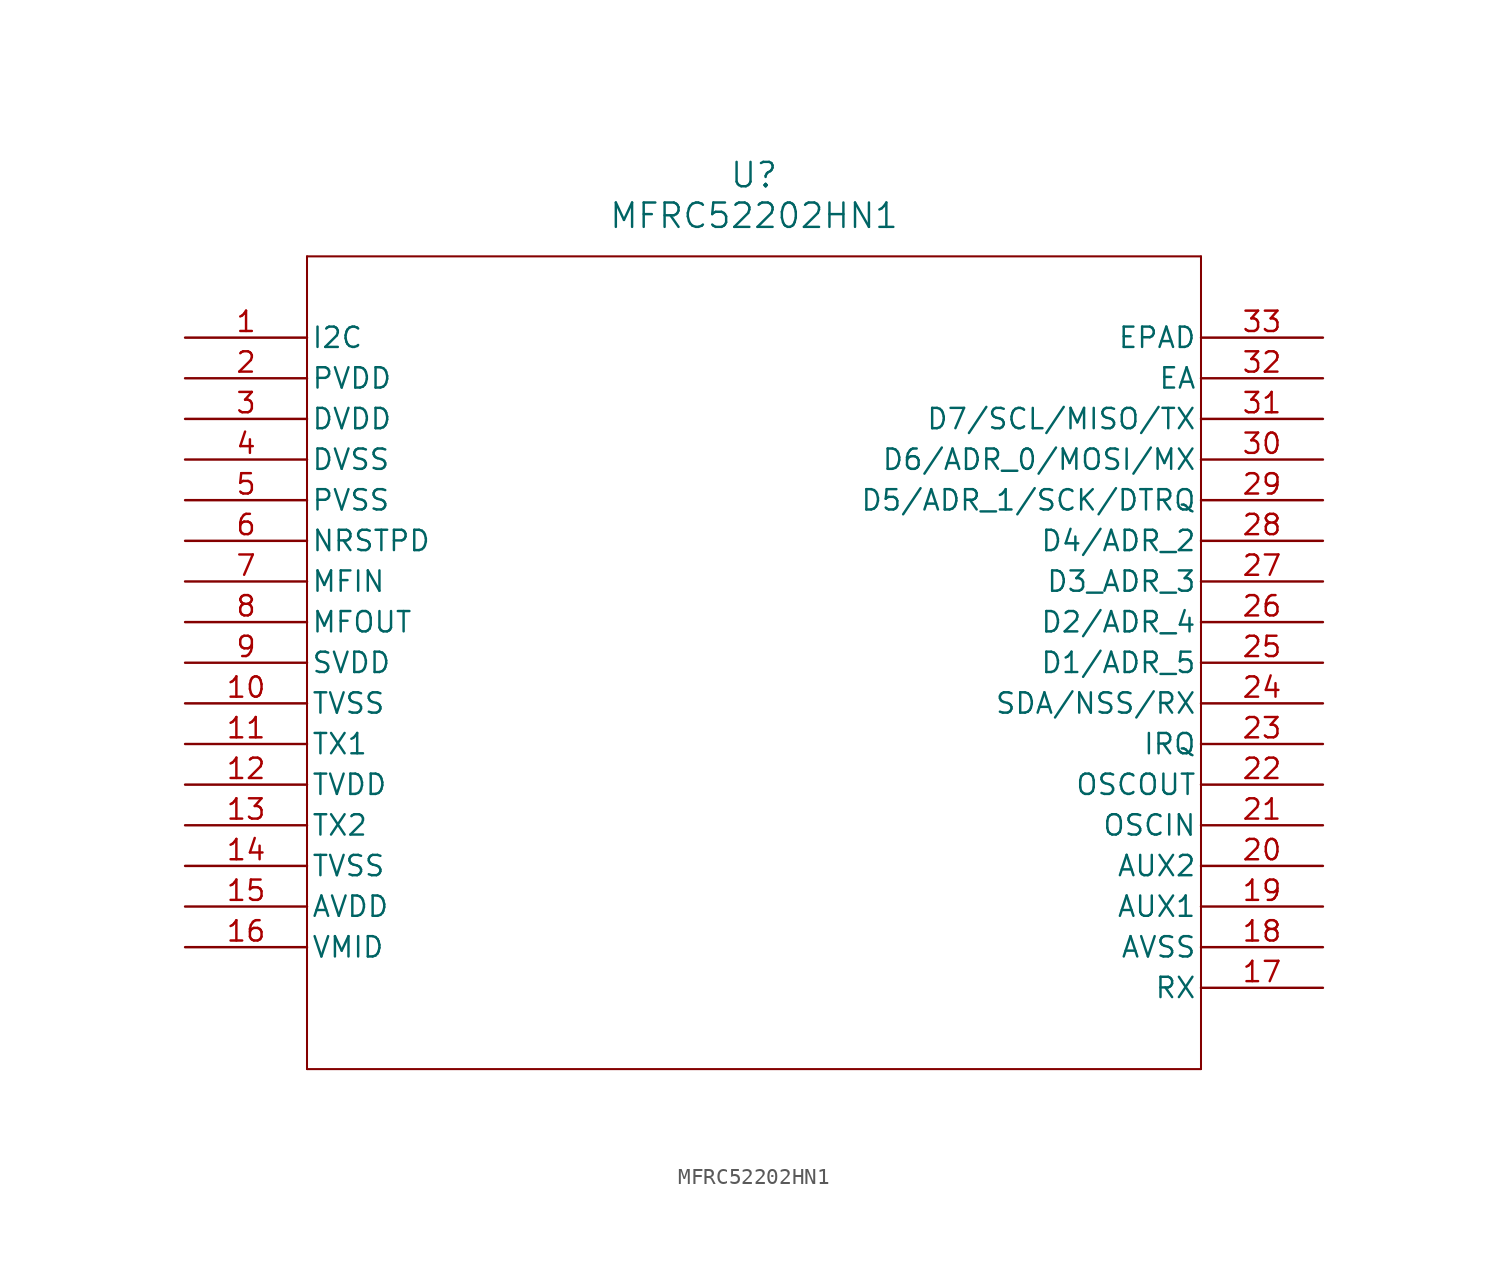
<source format=kicad_sym>
(kicad_symbol_lib
  (version 20220914)
  (generator kicad_symbol_editor)
  (symbol "MFRC52202HN1"
    (pin_names
      (offset 0.254))
    (property "Reference" "U"
      (at 35.56 10.16 0)
      (effects (font (size 1.524 1.524))))
    (property "Value" "MFRC52202HN1"
      (at 35.56 7.62 0)
      (effects (font (size 1.524 1.524))))
    (property "ki_locked" ""
      (at 0 0 0)
      (effects (font (size 1.27 1.27))))
    (symbol "MFRC52202HN1_0_1"
      (polyline (pts (xy 7.62 -45.72) (xy 63.5 -45.72)) (stroke (width 0.127) (type default)) (fill (type none)))
      (polyline (pts (xy 7.62 5.08) (xy 7.62 -45.72)) (stroke (width 0.127) (type default)) (fill (type none)))
      (polyline (pts (xy 63.5 -45.72) (xy 63.5 5.08)) (stroke (width 0.127) (type default)) (fill (type none)))
      (polyline (pts (xy 63.5 5.08) (xy 7.62 5.08)) (stroke (width 0.127) (type default)) (fill (type none)))
      (pin input line (at 0 0 0) (length 7.62) (name "I2C" (effects (font (size 1.27 1.27)))) (number "1" (effects (font (size 1.27 1.27)))))
      (pin power_in line (at 0 -22.86 0) (length 7.62) (name "TVSS" (effects (font (size 1.27 1.27)))) (number "10" (effects (font (size 1.27 1.27)))))
      (pin output line (at 0 -25.4 0) (length 7.62) (name "TX1" (effects (font (size 1.27 1.27)))) (number "11" (effects (font (size 1.27 1.27)))))
      (pin power_in line (at 0 -27.94 0) (length 7.62) (name "TVDD" (effects (font (size 1.27 1.27)))) (number "12" (effects (font (size 1.27 1.27)))))
      (pin output line (at 0 -30.48 0) (length 7.62) (name "TX2" (effects (font (size 1.27 1.27)))) (number "13" (effects (font (size 1.27 1.27)))))
      (pin power_in line (at 0 -33.02 0) (length 7.62) (name "TVSS" (effects (font (size 1.27 1.27)))) (number "14" (effects (font (size 1.27 1.27)))))
      (pin power_in line (at 0 -35.56 0) (length 7.62) (name "AVDD" (effects (font (size 1.27 1.27)))) (number "15" (effects (font (size 1.27 1.27)))))
      (pin power_in line (at 0 -38.1 0) (length 7.62) (name "VMID" (effects (font (size 1.27 1.27)))) (number "16" (effects (font (size 1.27 1.27)))))
      (pin input line (at 71.12 -40.64 180) (length 7.62) (name "RX" (effects (font (size 1.27 1.27)))) (number "17" (effects (font (size 1.27 1.27)))))
      (pin power_in line (at 71.12 -38.1 180) (length 7.62) (name "AVSS" (effects (font (size 1.27 1.27)))) (number "18" (effects (font (size 1.27 1.27)))))
      (pin output line (at 71.12 -35.56 180) (length 7.62) (name "AUX1" (effects (font (size 1.27 1.27)))) (number "19" (effects (font (size 1.27 1.27)))))
      (pin power_in line (at 0 -2.54 0) (length 7.62) (name "PVDD" (effects (font (size 1.27 1.27)))) (number "2" (effects (font (size 1.27 1.27)))))
      (pin output line (at 71.12 -33.02 180) (length 7.62) (name "AUX2" (effects (font (size 1.27 1.27)))) (number "20" (effects (font (size 1.27 1.27)))))
      (pin input line (at 71.12 -30.48 180) (length 7.62) (name "OSCIN" (effects (font (size 1.27 1.27)))) (number "21" (effects (font (size 1.27 1.27)))))
      (pin output line (at 71.12 -27.94 180) (length 7.62) (name "OSCOUT" (effects (font (size 1.27 1.27)))) (number "22" (effects (font (size 1.27 1.27)))))
      (pin output line (at 71.12 -25.4 180) (length 7.62) (name "IRQ" (effects (font (size 1.27 1.27)))) (number "23" (effects (font (size 1.27 1.27)))))
      (pin bidirectional line (at 71.12 -22.86 180) (length 7.62) (name "SDA/NSS/RX" (effects (font (size 1.27 1.27)))) (number "24" (effects (font (size 1.27 1.27)))))
      (pin bidirectional line (at 71.12 -20.32 180) (length 7.62) (name "D1/ADR_5" (effects (font (size 1.27 1.27)))) (number "25" (effects (font (size 1.27 1.27)))))
      (pin bidirectional line (at 71.12 -17.78 180) (length 7.62) (name "D2/ADR_4" (effects (font (size 1.27 1.27)))) (number "26" (effects (font (size 1.27 1.27)))))
      (pin bidirectional line (at 71.12 -15.24 180) (length 7.62) (name "D3_ADR_3" (effects (font (size 1.27 1.27)))) (number "27" (effects (font (size 1.27 1.27)))))
      (pin bidirectional line (at 71.12 -12.7 180) (length 7.62) (name "D4/ADR_2" (effects (font (size 1.27 1.27)))) (number "28" (effects (font (size 1.27 1.27)))))
      (pin bidirectional line (at 71.12 -10.16 180) (length 7.62) (name "D5/ADR_1/SCK/DTRQ" (effects (font (size 1.27 1.27)))) (number "29" (effects (font (size 1.27 1.27)))))
      (pin power_in line (at 0 -5.08 0) (length 7.62) (name "DVDD" (effects (font (size 1.27 1.27)))) (number "3" (effects (font (size 1.27 1.27)))))
      (pin bidirectional line (at 71.12 -7.62 180) (length 7.62) (name "D6/ADR_0/MOSI/MX" (effects (font (size 1.27 1.27)))) (number "30" (effects (font (size 1.27 1.27)))))
      (pin bidirectional line (at 71.12 -5.08 180) (length 7.62) (name "D7/SCL/MISO/TX" (effects (font (size 1.27 1.27)))) (number "31" (effects (font (size 1.27 1.27)))))
      (pin input line (at 71.12 -2.54 180) (length 7.62) (name "EA" (effects (font (size 1.27 1.27)))) (number "32" (effects (font (size 1.27 1.27)))))
      (pin power_in line (at 0 -7.62 0) (length 7.62) (name "DVSS" (effects (font (size 1.27 1.27)))) (number "4" (effects (font (size 1.27 1.27)))))
      (pin power_in line (at 0 -10.16 0) (length 7.62) (name "PVSS" (effects (font (size 1.27 1.27)))) (number "5" (effects (font (size 1.27 1.27)))))
      (pin input line (at 0 -12.7 0) (length 7.62) (name "NRSTPD" (effects (font (size 1.27 1.27)))) (number "6" (effects (font (size 1.27 1.27)))))
      (pin input line (at 0 -15.24 0) (length 7.62) (name "MFIN" (effects (font (size 1.27 1.27)))) (number "7" (effects (font (size 1.27 1.27)))))
      (pin output line (at 0 -17.78 0) (length 7.62) (name "MFOUT" (effects (font (size 1.27 1.27)))) (number "8" (effects (font (size 1.27 1.27)))))
      (pin power_in line (at 0 -20.32 0) (length 7.62) (name "SVDD" (effects (font (size 1.27 1.27)))) (number "9" (effects (font (size 1.27 1.27))))))
    (symbol "MFRC52202HN1_1_1"
      (pin power_out line (at 71.12 0 180) (length 7.62) (name "EPAD" (effects (font (size 1.27 1.27)))) (number "33" (effects (font (size 1.27 1.27))))))))
</source>
